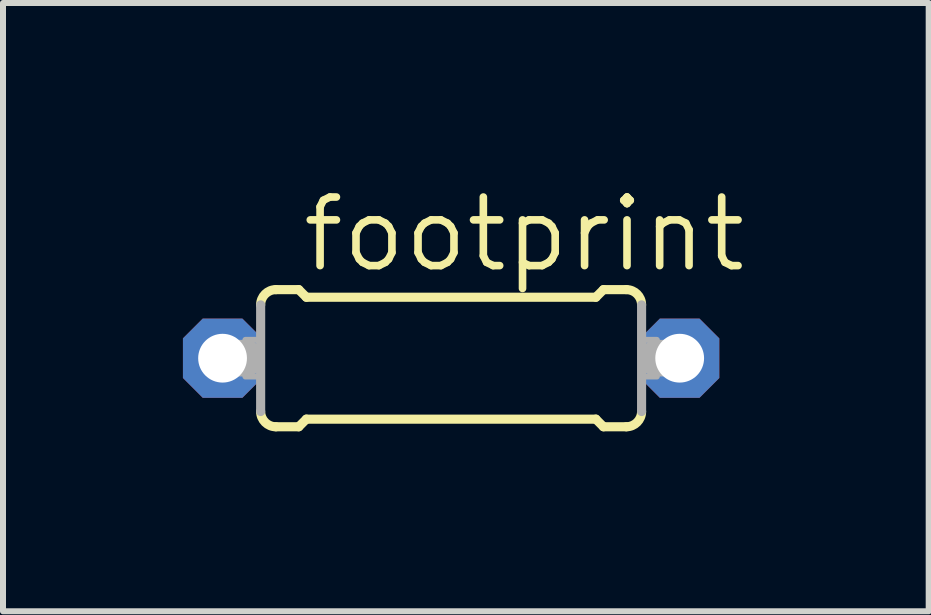
<source format=kicad_pcb>
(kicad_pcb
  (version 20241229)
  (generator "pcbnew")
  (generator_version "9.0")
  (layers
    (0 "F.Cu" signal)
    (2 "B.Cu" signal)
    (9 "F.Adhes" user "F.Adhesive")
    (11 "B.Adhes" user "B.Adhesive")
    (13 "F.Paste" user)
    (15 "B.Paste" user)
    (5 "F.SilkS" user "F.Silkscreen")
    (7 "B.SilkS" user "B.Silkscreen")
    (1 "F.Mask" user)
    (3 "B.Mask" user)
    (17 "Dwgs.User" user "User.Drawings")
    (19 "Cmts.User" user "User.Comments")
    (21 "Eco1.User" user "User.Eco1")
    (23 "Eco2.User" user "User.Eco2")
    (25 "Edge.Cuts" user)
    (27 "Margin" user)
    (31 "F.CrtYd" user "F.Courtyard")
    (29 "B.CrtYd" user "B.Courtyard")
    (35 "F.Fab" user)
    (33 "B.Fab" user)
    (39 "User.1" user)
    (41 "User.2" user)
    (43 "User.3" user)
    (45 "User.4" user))
  (footprint "footprint"
    (layer "F.Cu")
    (at 4.47 2.921)
    (property "Reference" "footprint" (at -2.54 -1.397 0) (layer "F.SilkS") (effects (font (size 1.143 1.143) (thickness 0.127)) (justify left bottom)))
    (fp_line (start -2.921 -1.143) (end -2.54 -1.143) (stroke (width 0.152) (type solid)) (layer "F.SilkS"))
    (fp_line (start -2.921 1.143) (end -2.54 1.143) (stroke (width 0.152) (type solid)) (layer "F.SilkS"))
    (fp_line (start -2.413 -1.016) (end -2.54 -1.143) (stroke (width 0.152) (type solid)) (layer "F.SilkS"))
    (fp_line (start -2.413 1.016) (end -2.54 1.143) (stroke (width 0.152) (type solid)) (layer "F.SilkS"))
    (fp_line (start 2.413 -1.016) (end -2.413 -1.016) (stroke (width 0.152) (type solid)) (layer "F.SilkS"))
    (fp_line (start 2.413 -1.016) (end 2.54 -1.143) (stroke (width 0.152) (type solid)) (layer "F.SilkS"))
    (fp_line (start 2.413 1.016) (end -2.413 1.016) (stroke (width 0.152) (type solid)) (layer "F.SilkS"))
    (fp_line (start 2.413 1.016) (end 2.54 1.143) (stroke (width 0.152) (type solid)) (layer "F.SilkS"))
    (fp_line (start 2.921 -1.143) (end 2.54 -1.143) (stroke (width 0.152) (type solid)) (layer "F.SilkS"))
    (fp_line (start 2.921 1.143) (end 2.54 1.143) (stroke (width 0.152) (type solid)) (layer "F.SilkS"))
    (fp_arc (start -3.175 -0.889) (mid -3.100605 -1.068605) (end -2.921 -1.143) (stroke (width 0.1524) (type solid)) (layer "F.SilkS"))
    (fp_arc (start -2.921 1.143) (mid -3.100605 1.068605) (end -3.175 0.889) (stroke (width 0.1524) (type solid)) (layer "F.SilkS"))
    (fp_arc (start 2.921 -1.143) (mid 3.100605 -1.068605) (end 3.175 -0.889) (stroke (width 0.1524) (type solid)) (layer "F.SilkS"))
    (fp_arc (start 3.175 0.889) (mid 3.100605 1.068605) (end 2.921 1.143) (stroke (width 0.1524) (type solid)) (layer "F.SilkS"))
    (fp_line (start -3.81 0) (end -3.429 0) (stroke (width 0.61) (type solid)) (layer "F.Fab"))
    (fp_line (start -3.175 0.889) (end -3.175 -0.889) (stroke (width 0.152) (type solid)) (layer "F.Fab"))
    (fp_line (start 3.175 0.889) (end 3.175 -0.889) (stroke (width 0.152) (type solid)) (layer "F.Fab"))
    (fp_line (start 3.429 0) (end 3.81 0) (stroke (width 0.61) (type solid)) (layer "F.Fab"))
    (fp_poly (pts (xy -3.429 0.305) (xy -3.175 0.305) (xy -3.175 -0.305) (xy -3.429 -0.305)) (stroke (width 0.1) (type solid)) (fill no) (layer "F.Fab"))
    (fp_poly (pts (xy 3.175 0.305) (xy 3.429 0.305) (xy 3.429 -0.305) (xy 3.175 -0.305)) (stroke (width 0.1) (type solid)) (fill no) (layer "F.Fab"))
    (pad "1" thru_hole roundrect (at -3.81 0) (size 1.321 1.321) (drill 0.813) (layers "*.Cu" "*.Mask") (roundrect_rratio 0.25) (chamfer_ratio 0.25) (chamfer top_left top_right bottom_left bottom_right))
    (pad "2" thru_hole roundrect (at 3.81 0) (size 1.321 1.321) (drill 0.813) (layers "*.Cu" "*.Mask") (roundrect_rratio 0.25) (chamfer_ratio 0.25) (chamfer top_left top_right bottom_left bottom_right)))
  (gr_rect
    (start -3 -3)
    (end 12.431 7.14)
    (stroke (width 0.1) (type default))
    (fill no)
    (layer "Edge.Cuts")))
</source>
